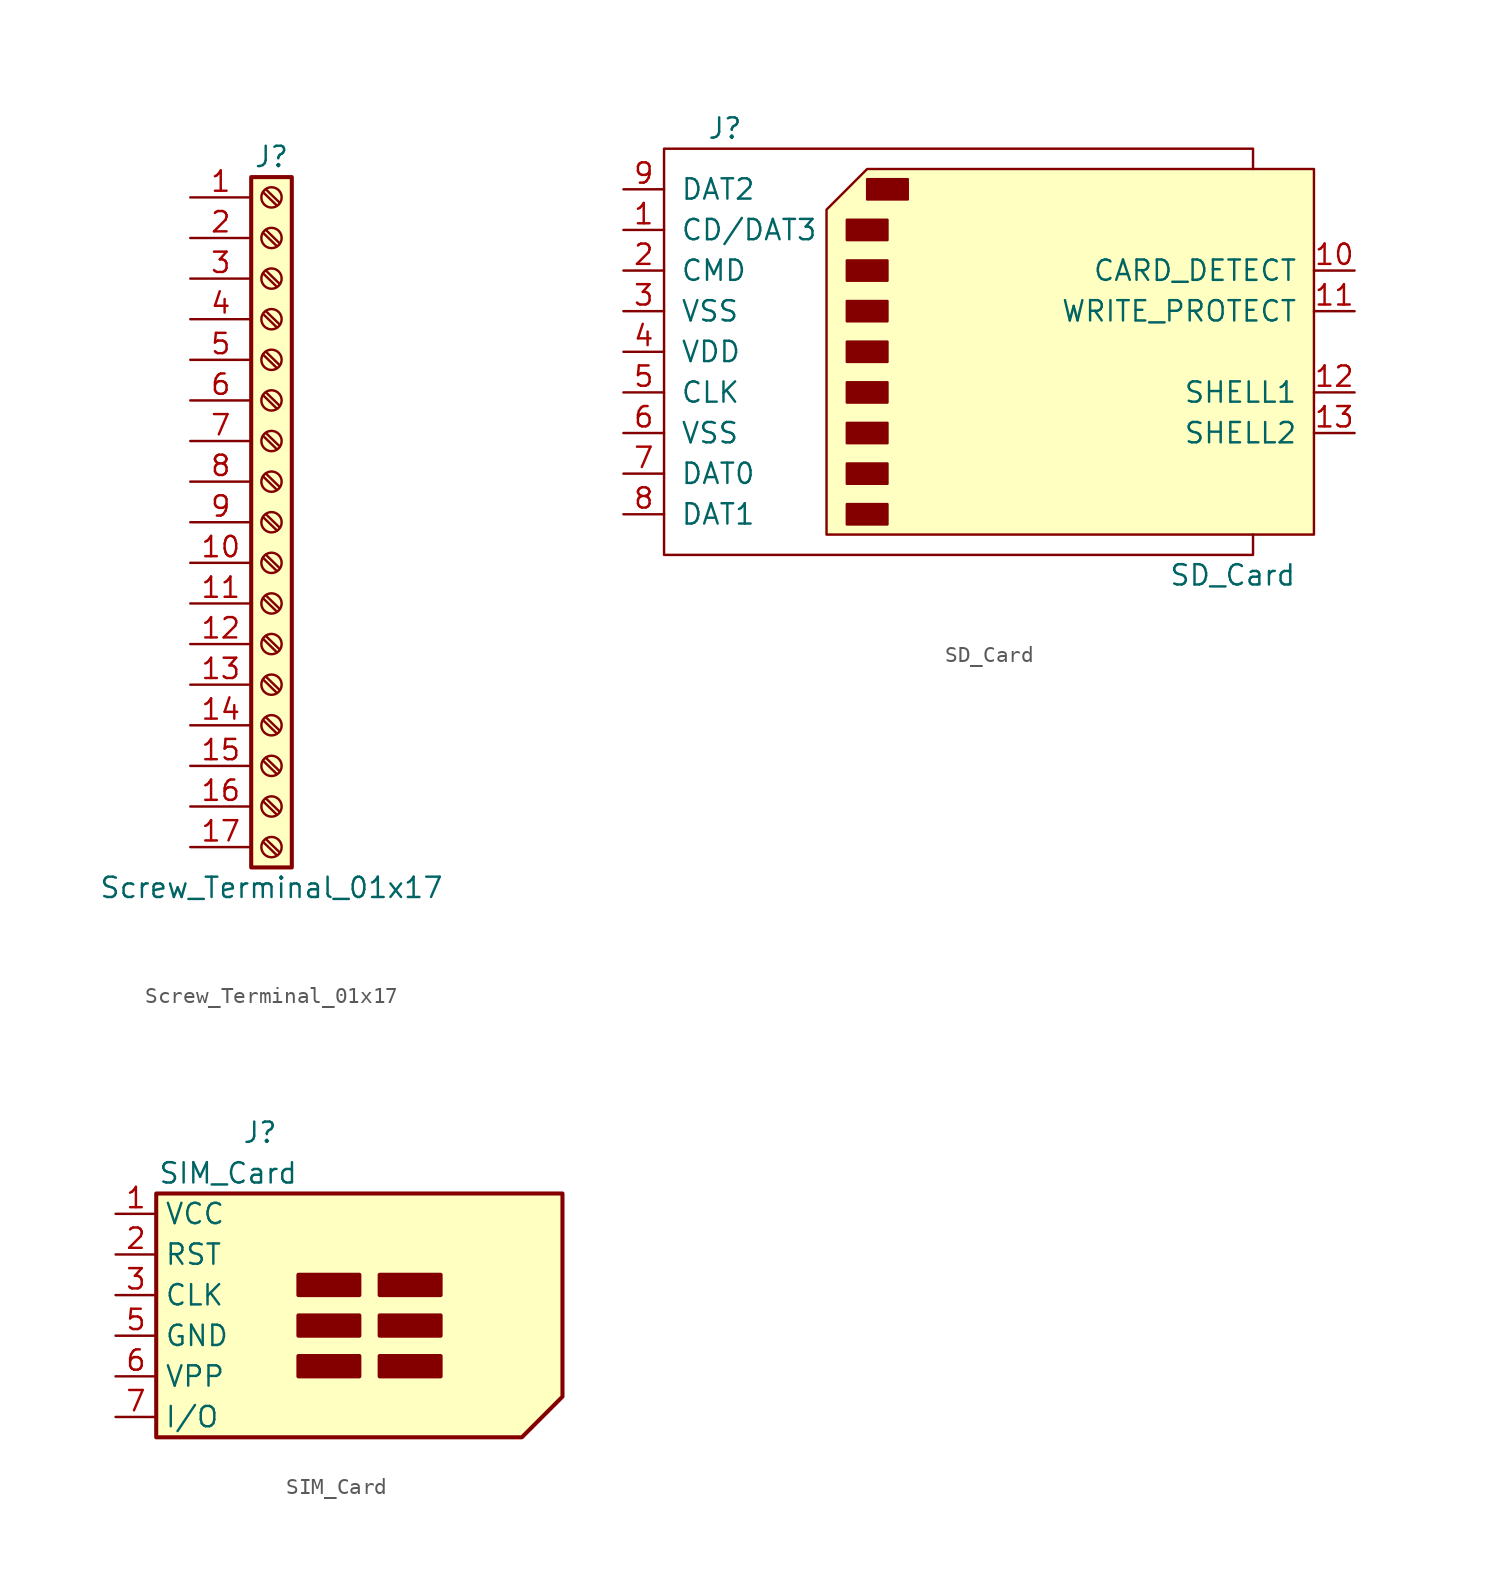
<source format=kicad_sym>
(kicad_symbol_lib
  (version 20241209)
  (generator "kicad_symbol_editor")
  (generator_version "9.0")
  (symbol "Screw_Terminal_01x17"
    (pin_names
      (offset 1.016)
      (hide yes))
    (property "Reference" "J"
      (at 0 22.86 0)
      (effects (font (size 1.27 1.27))))
    (property "Value" "Screw_Terminal_01x17"
      (at 0 -22.86 0)
      (effects (font (size 1.27 1.27))))
    (symbol "Screw_Terminal_01x17_1_1"
      (rectangle (start -1.27 21.59) (end 1.27 -21.59) (stroke (width 0.254) (type default)) (fill (type background)))
      (polyline (pts (xy -0.533 20.65) (xy 0.33 19.812)) (stroke (width 0.152) (type default)) (fill (type none)))
      (polyline (pts (xy -0.533 18.11) (xy 0.33 17.272)) (stroke (width 0.152) (type default)) (fill (type none)))
      (polyline (pts (xy -0.533 15.57) (xy 0.33 14.732)) (stroke (width 0.152) (type default)) (fill (type none)))
      (polyline (pts (xy -0.533 13.03) (xy 0.33 12.192)) (stroke (width 0.152) (type default)) (fill (type none)))
      (polyline (pts (xy -0.533 10.49) (xy 0.33 9.652)) (stroke (width 0.152) (type default)) (fill (type none)))
      (polyline (pts (xy -0.533 7.95) (xy 0.33 7.112)) (stroke (width 0.152) (type default)) (fill (type none)))
      (polyline (pts (xy -0.533 5.41) (xy 0.33 4.572)) (stroke (width 0.152) (type default)) (fill (type none)))
      (polyline (pts (xy -0.533 2.87) (xy 0.33 2.032)) (stroke (width 0.152) (type default)) (fill (type none)))
      (polyline (pts (xy -0.533 0.33) (xy 0.33 -0.508)) (stroke (width 0.152) (type default)) (fill (type none)))
      (polyline (pts (xy -0.533 -2.21) (xy 0.33 -3.048)) (stroke (width 0.152) (type default)) (fill (type none)))
      (polyline (pts (xy -0.533 -4.75) (xy 0.33 -5.588)) (stroke (width 0.152) (type default)) (fill (type none)))
      (polyline (pts (xy -0.533 -7.29) (xy 0.33 -8.128)) (stroke (width 0.152) (type default)) (fill (type none)))
      (polyline (pts (xy -0.533 -9.83) (xy 0.33 -10.668)) (stroke (width 0.152) (type default)) (fill (type none)))
      (polyline (pts (xy -0.533 -12.37) (xy 0.33 -13.208)) (stroke (width 0.152) (type default)) (fill (type none)))
      (polyline (pts (xy -0.533 -14.91) (xy 0.33 -15.748)) (stroke (width 0.152) (type default)) (fill (type none)))
      (polyline (pts (xy -0.533 -17.45) (xy 0.33 -18.288)) (stroke (width 0.152) (type default)) (fill (type none)))
      (polyline (pts (xy -0.533 -19.99) (xy 0.33 -20.828)) (stroke (width 0.152) (type default)) (fill (type none)))
      (polyline (pts (xy -0.356 20.828) (xy 0.508 19.99)) (stroke (width 0.152) (type default)) (fill (type none)))
      (polyline (pts (xy -0.356 18.288) (xy 0.508 17.45)) (stroke (width 0.152) (type default)) (fill (type none)))
      (polyline (pts (xy -0.356 15.748) (xy 0.508 14.91)) (stroke (width 0.152) (type default)) (fill (type none)))
      (polyline (pts (xy -0.356 13.208) (xy 0.508 12.37)) (stroke (width 0.152) (type default)) (fill (type none)))
      (polyline (pts (xy -0.356 10.668) (xy 0.508 9.83)) (stroke (width 0.152) (type default)) (fill (type none)))
      (polyline (pts (xy -0.356 8.128) (xy 0.508 7.29)) (stroke (width 0.152) (type default)) (fill (type none)))
      (polyline (pts (xy -0.356 5.588) (xy 0.508 4.75)) (stroke (width 0.152) (type default)) (fill (type none)))
      (polyline (pts (xy -0.356 3.048) (xy 0.508 2.21)) (stroke (width 0.152) (type default)) (fill (type none)))
      (polyline (pts (xy -0.356 0.508) (xy 0.508 -0.33)) (stroke (width 0.152) (type default)) (fill (type none)))
      (polyline (pts (xy -0.356 -2.032) (xy 0.508 -2.87)) (stroke (width 0.152) (type default)) (fill (type none)))
      (polyline (pts (xy -0.356 -4.572) (xy 0.508 -5.41)) (stroke (width 0.152) (type default)) (fill (type none)))
      (polyline (pts (xy -0.356 -7.112) (xy 0.508 -7.95)) (stroke (width 0.152) (type default)) (fill (type none)))
      (polyline (pts (xy -0.356 -9.652) (xy 0.508 -10.49)) (stroke (width 0.152) (type default)) (fill (type none)))
      (polyline (pts (xy -0.356 -12.192) (xy 0.508 -13.03)) (stroke (width 0.152) (type default)) (fill (type none)))
      (polyline (pts (xy -0.356 -14.732) (xy 0.508 -15.57)) (stroke (width 0.152) (type default)) (fill (type none)))
      (polyline (pts (xy -0.356 -17.272) (xy 0.508 -18.11)) (stroke (width 0.152) (type default)) (fill (type none)))
      (polyline (pts (xy -0.356 -19.812) (xy 0.508 -20.65)) (stroke (width 0.152) (type default)) (fill (type none)))
      (circle (center 0 20.32) (radius 0.635) (stroke (width 0.152) (type default)) (fill (type none)))
      (circle (center 0 17.78) (radius 0.635) (stroke (width 0.152) (type default)) (fill (type none)))
      (circle (center 0 15.24) (radius 0.635) (stroke (width 0.152) (type default)) (fill (type none)))
      (circle (center 0 12.7) (radius 0.635) (stroke (width 0.152) (type default)) (fill (type none)))
      (circle (center 0 10.16) (radius 0.635) (stroke (width 0.152) (type default)) (fill (type none)))
      (circle (center 0 7.62) (radius 0.635) (stroke (width 0.152) (type default)) (fill (type none)))
      (circle (center 0 5.08) (radius 0.635) (stroke (width 0.152) (type default)) (fill (type none)))
      (circle (center 0 2.54) (radius 0.635) (stroke (width 0.152) (type default)) (fill (type none)))
      (circle (center 0 0) (radius 0.635) (stroke (width 0.152) (type default)) (fill (type none)))
      (circle (center 0 -2.54) (radius 0.635) (stroke (width 0.152) (type default)) (fill (type none)))
      (circle (center 0 -5.08) (radius 0.635) (stroke (width 0.152) (type default)) (fill (type none)))
      (circle (center 0 -7.62) (radius 0.635) (stroke (width 0.152) (type default)) (fill (type none)))
      (circle (center 0 -10.16) (radius 0.635) (stroke (width 0.152) (type default)) (fill (type none)))
      (circle (center 0 -12.7) (radius 0.635) (stroke (width 0.152) (type default)) (fill (type none)))
      (circle (center 0 -15.24) (radius 0.635) (stroke (width 0.152) (type default)) (fill (type none)))
      (circle (center 0 -17.78) (radius 0.635) (stroke (width 0.152) (type default)) (fill (type none)))
      (circle (center 0 -20.32) (radius 0.635) (stroke (width 0.152) (type default)) (fill (type none)))
      (pin passive line (at -5.08 20.32 0) (length 3.81) (name "Pin_1" (effects (font (size 1.27 1.27)))) (number "1" (effects (font (size 1.27 1.27)))))
      (pin passive line (at -5.08 17.78 0) (length 3.81) (name "Pin_2" (effects (font (size 1.27 1.27)))) (number "2" (effects (font (size 1.27 1.27)))))
      (pin passive line (at -5.08 15.24 0) (length 3.81) (name "Pin_3" (effects (font (size 1.27 1.27)))) (number "3" (effects (font (size 1.27 1.27)))))
      (pin passive line (at -5.08 12.7 0) (length 3.81) (name "Pin_4" (effects (font (size 1.27 1.27)))) (number "4" (effects (font (size 1.27 1.27)))))
      (pin passive line (at -5.08 10.16 0) (length 3.81) (name "Pin_5" (effects (font (size 1.27 1.27)))) (number "5" (effects (font (size 1.27 1.27)))))
      (pin passive line (at -5.08 7.62 0) (length 3.81) (name "Pin_6" (effects (font (size 1.27 1.27)))) (number "6" (effects (font (size 1.27 1.27)))))
      (pin passive line (at -5.08 5.08 0) (length 3.81) (name "Pin_7" (effects (font (size 1.27 1.27)))) (number "7" (effects (font (size 1.27 1.27)))))
      (pin passive line (at -5.08 2.54 0) (length 3.81) (name "Pin_8" (effects (font (size 1.27 1.27)))) (number "8" (effects (font (size 1.27 1.27)))))
      (pin passive line (at -5.08 0 0) (length 3.81) (name "Pin_9" (effects (font (size 1.27 1.27)))) (number "9" (effects (font (size 1.27 1.27)))))
      (pin passive line (at -5.08 -2.54 0) (length 3.81) (name "Pin_10" (effects (font (size 1.27 1.27)))) (number "10" (effects (font (size 1.27 1.27)))))
      (pin passive line (at -5.08 -5.08 0) (length 3.81) (name "Pin_11" (effects (font (size 1.27 1.27)))) (number "11" (effects (font (size 1.27 1.27)))))
      (pin passive line (at -5.08 -7.62 0) (length 3.81) (name "Pin_12" (effects (font (size 1.27 1.27)))) (number "12" (effects (font (size 1.27 1.27)))))
      (pin passive line (at -5.08 -10.16 0) (length 3.81) (name "Pin_13" (effects (font (size 1.27 1.27)))) (number "13" (effects (font (size 1.27 1.27)))))
      (pin passive line (at -5.08 -12.7 0) (length 3.81) (name "Pin_14" (effects (font (size 1.27 1.27)))) (number "14" (effects (font (size 1.27 1.27)))))
      (pin passive line (at -5.08 -15.24 0) (length 3.81) (name "Pin_15" (effects (font (size 1.27 1.27)))) (number "15" (effects (font (size 1.27 1.27)))))
      (pin passive line (at -5.08 -17.78 0) (length 3.81) (name "Pin_16" (effects (font (size 1.27 1.27)))) (number "16" (effects (font (size 1.27 1.27)))))
      (pin passive line (at -5.08 -20.32 0) (length 3.81) (name "Pin_17" (effects (font (size 1.27 1.27)))) (number "17" (effects (font (size 1.27 1.27)))))))
  (symbol "SD_Card"
    (pin_names
      (offset 1.016))
    (property "Reference" "J"
      (at -16.51 13.97 0)
      (effects (font (size 1.27 1.27))))
    (property "Value" "SD_Card"
      (at 15.24 -13.97 0)
      (effects (font (size 1.27 1.27))))
    (symbol "SD_Card_0_1"
      (polyline (pts (xy -10.16 8.89) (xy -7.62 11.43) (xy 20.32 11.43) (xy 20.32 -11.43) (xy -10.16 -11.43) (xy -10.16 8.89)) (stroke (width 0) (type default)) (fill (type background)))
      (rectangle (start -8.89 8.255) (end -6.35 6.985) (stroke (width 0) (type default)) (fill (type outline)))
      (rectangle (start -8.89 5.715) (end -6.35 4.445) (stroke (width 0) (type default)) (fill (type outline)))
      (rectangle (start -8.89 3.175) (end -6.35 1.905) (stroke (width 0) (type default)) (fill (type outline)))
      (rectangle (start -8.89 0.635) (end -6.35 -0.635) (stroke (width 0) (type default)) (fill (type outline)))
      (rectangle (start -8.89 -1.905) (end -6.35 -3.175) (stroke (width 0) (type default)) (fill (type outline)))
      (rectangle (start -8.89 -4.445) (end -6.35 -5.715) (stroke (width 0) (type default)) (fill (type outline)))
      (rectangle (start -8.89 -6.985) (end -6.35 -8.255) (stroke (width 0) (type default)) (fill (type outline)))
      (rectangle (start -8.89 -9.525) (end -6.35 -10.795) (stroke (width 0) (type default)) (fill (type outline)))
      (rectangle (start -7.62 10.795) (end -5.08 9.525) (stroke (width 0) (type default)) (fill (type outline)))
      (polyline (pts (xy 16.51 11.43) (xy 16.51 12.7) (xy -20.32 12.7) (xy -20.32 -12.7) (xy 16.51 -12.7) (xy 16.51 -11.43)) (stroke (width 0) (type default)) (fill (type none))))
    (symbol "SD_Card_1_1"
      (pin input line (at -22.86 10.16 0) (length 2.54) (name "DAT2" (effects (font (size 1.27 1.27)))) (number "9" (effects (font (size 1.27 1.27)))))
      (pin input line (at -22.86 7.62 0) (length 2.54) (name "CD/DAT3" (effects (font (size 1.27 1.27)))) (number "1" (effects (font (size 1.27 1.27)))))
      (pin input line (at -22.86 5.08 0) (length 2.54) (name "CMD" (effects (font (size 1.27 1.27)))) (number "2" (effects (font (size 1.27 1.27)))))
      (pin power_in line (at -22.86 2.54 0) (length 2.54) (name "VSS" (effects (font (size 1.27 1.27)))) (number "3" (effects (font (size 1.27 1.27)))))
      (pin power_in line (at -22.86 0 0) (length 2.54) (name "VDD" (effects (font (size 1.27 1.27)))) (number "4" (effects (font (size 1.27 1.27)))))
      (pin input line (at -22.86 -2.54 0) (length 2.54) (name "CLK" (effects (font (size 1.27 1.27)))) (number "5" (effects (font (size 1.27 1.27)))))
      (pin power_in line (at -22.86 -5.08 0) (length 2.54) (name "VSS" (effects (font (size 1.27 1.27)))) (number "6" (effects (font (size 1.27 1.27)))))
      (pin input line (at -22.86 -7.62 0) (length 2.54) (name "DAT0" (effects (font (size 1.27 1.27)))) (number "7" (effects (font (size 1.27 1.27)))))
      (pin input line (at -22.86 -10.16 0) (length 2.54) (name "DAT1" (effects (font (size 1.27 1.27)))) (number "8" (effects (font (size 1.27 1.27)))))
      (pin input line (at 22.86 5.08 180) (length 2.54) (name "CARD_DETECT" (effects (font (size 1.27 1.27)))) (number "10" (effects (font (size 1.27 1.27)))))
      (pin input line (at 22.86 2.54 180) (length 2.54) (name "WRITE_PROTECT" (effects (font (size 1.27 1.27)))) (number "11" (effects (font (size 1.27 1.27)))))
      (pin input line (at 22.86 -2.54 180) (length 2.54) (name "SHELL1" (effects (font (size 1.27 1.27)))) (number "12" (effects (font (size 1.27 1.27)))))
      (pin input line (at 22.86 -5.08 180) (length 2.54) (name "SHELL2" (effects (font (size 1.27 1.27)))) (number "13" (effects (font (size 1.27 1.27)))))))
  (symbol "SIM_Card"
    (property "Reference" "J"
      (at -2.54 12.7 0)
      (effects (font (size 1.27 1.27)) (justify right)))
    (property "Value" "SIM_Card"
      (at -1.27 10.16 0)
      (effects (font (size 1.27 1.27)) (justify right)))
    (symbol "SIM_Card_0_1"
      (polyline (pts (xy -10.16 8.89) (xy 15.24 8.89) (xy 15.24 -3.81) (xy 12.7 -6.35) (xy -10.16 -6.35) (xy -10.16 8.89)) (stroke (width 0.254) (type default)) (fill (type background)))
      (rectangle (start -1.27 2.54) (end 2.54 3.81) (stroke (width 0.254) (type default)) (fill (type outline)))
      (rectangle (start -1.27 0) (end 2.54 1.27) (stroke (width 0.254) (type default)) (fill (type outline)))
      (rectangle (start -1.27 -2.54) (end 2.54 -1.27) (stroke (width 0.254) (type default)) (fill (type outline)))
      (rectangle (start 3.81 2.54) (end 7.62 3.81) (stroke (width 0.254) (type default)) (fill (type outline)))
      (rectangle (start 3.81 0) (end 7.62 1.27) (stroke (width 0.254) (type default)) (fill (type outline)))
      (rectangle (start 3.81 -1.27) (end 7.62 -2.54) (stroke (width 0.254) (type default)) (fill (type outline))))
    (symbol "SIM_Card_1_1"
      (pin power_in line (at -12.7 7.62 0) (length 2.54) (name "VCC" (effects (font (size 1.27 1.27)))) (number "1" (effects (font (size 1.27 1.27)))))
      (pin input line (at -12.7 5.08 0) (length 2.54) (name "RST" (effects (font (size 1.27 1.27)))) (number "2" (effects (font (size 1.27 1.27)))))
      (pin input line (at -12.7 2.54 0) (length 2.54) (name "CLK" (effects (font (size 1.27 1.27)))) (number "3" (effects (font (size 1.27 1.27)))))
      (pin power_in line (at -12.7 0 0) (length 2.54) (name "GND" (effects (font (size 1.27 1.27)))) (number "5" (effects (font (size 1.27 1.27)))))
      (pin input line (at -12.7 -2.54 0) (length 2.54) (name "VPP" (effects (font (size 1.27 1.27)))) (number "6" (effects (font (size 1.27 1.27)))))
      (pin bidirectional line (at -12.7 -5.08 0) (length 2.54) (name "I/O" (effects (font (size 1.27 1.27)))) (number "7" (effects (font (size 1.27 1.27))))))))
</source>
